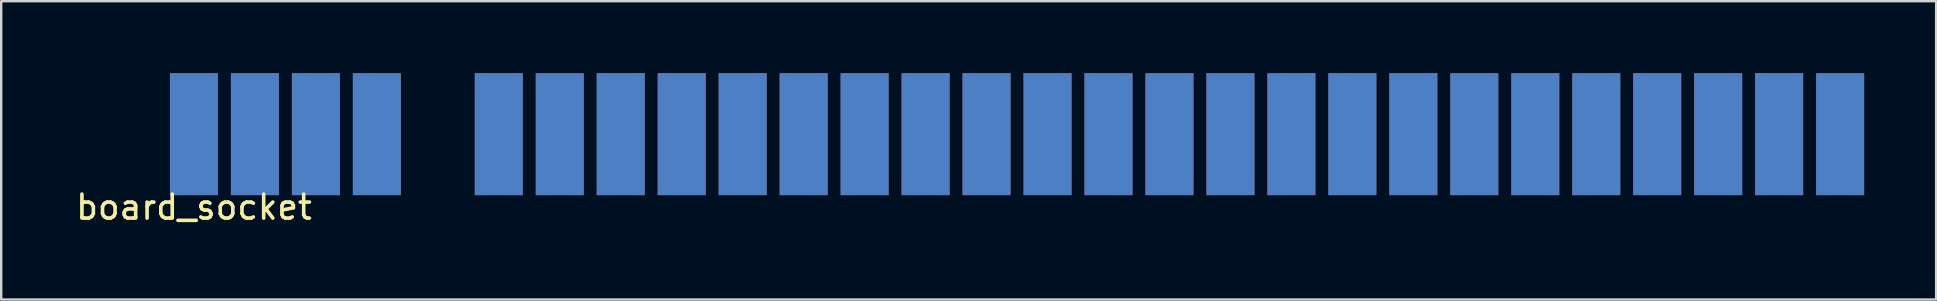
<source format=kicad_pcb>
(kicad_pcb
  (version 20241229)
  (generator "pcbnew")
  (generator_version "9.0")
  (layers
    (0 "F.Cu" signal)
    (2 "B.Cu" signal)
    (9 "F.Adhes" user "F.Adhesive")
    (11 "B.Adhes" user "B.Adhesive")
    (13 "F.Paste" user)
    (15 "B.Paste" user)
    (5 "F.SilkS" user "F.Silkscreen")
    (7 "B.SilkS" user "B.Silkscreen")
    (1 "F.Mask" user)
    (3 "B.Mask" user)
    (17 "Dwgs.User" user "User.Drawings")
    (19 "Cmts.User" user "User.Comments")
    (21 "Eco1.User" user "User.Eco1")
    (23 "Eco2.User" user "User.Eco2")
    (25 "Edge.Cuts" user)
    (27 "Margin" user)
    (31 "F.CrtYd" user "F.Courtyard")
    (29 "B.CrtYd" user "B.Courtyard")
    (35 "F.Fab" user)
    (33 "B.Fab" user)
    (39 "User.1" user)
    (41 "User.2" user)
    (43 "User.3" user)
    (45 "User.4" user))
  (footprint "board_socket"
    (layer "F.Cu")
    (at 5.03 5.08)
    (property "Reference" "board_socket" (at 0 0.5 0) (layer "F.SilkS") (effects (font (size 1 1) (thickness 0.15))))
    (attr through_hole)
    (pad "a1" smd rect (at 0 -2.54) (size 2 5.08) (layers "B.Cu" "B.Mask" "B.Paste"))
    (pad "a2" smd rect (at 2.54 -2.54) (size 2 5.08) (layers "B.Cu" "B.Mask" "B.Paste"))
    (pad "a3" smd rect (at 5.08 -2.54) (size 2 5.08) (layers "B.Cu" "B.Mask" "B.Paste"))
    (pad "a4" smd rect (at 7.62 -2.54) (size 2 5.08) (layers "B.Cu" "B.Mask" "B.Paste"))
    (pad "a6" smd rect (at 12.7 -2.54) (size 2 5.08) (layers "B.Cu" "B.Mask" "B.Paste"))
    (pad "a7" smd rect (at 15.24 -2.54) (size 2 5.08) (layers "B.Cu" "B.Mask" "B.Paste"))
    (pad "a8" smd rect (at 17.78 -2.54) (size 2 5.08) (layers "B.Cu" "B.Mask" "B.Paste"))
    (pad "a9" smd rect (at 20.32 -2.54) (size 2 5.08) (layers "B.Cu" "B.Mask" "B.Paste"))
    (pad "a10" smd rect (at 22.86 -2.54) (size 2 5.08) (layers "B.Cu" "B.Mask" "B.Paste"))
    (pad "a11" smd rect (at 25.4 -2.54) (size 2 5.08) (layers "B.Cu" "B.Mask" "B.Paste"))
    (pad "a12" smd rect (at 27.94 -2.54) (size 2 5.08) (layers "B.Cu" "B.Mask" "B.Paste"))
    (pad "a13" smd rect (at 30.48 -2.54) (size 2 5.08) (layers "B.Cu" "B.Mask" "B.Paste"))
    (pad "a14" smd rect (at 33.02 -2.54) (size 2 5.08) (layers "B.Cu" "B.Mask" "B.Paste"))
    (pad "a15" smd rect (at 35.56 -2.54) (size 2 5.08) (layers "B.Cu" "B.Mask" "B.Paste"))
    (pad "a16" smd rect (at 38.1 -2.54) (size 2 5.08) (layers "B.Cu" "B.Mask" "B.Paste"))
    (pad "a17" smd rect (at 40.64 -2.54) (size 2 5.08) (layers "B.Cu" "B.Mask" "B.Paste"))
    (pad "a18" smd rect (at 43.18 -2.54) (size 2 5.08) (layers "B.Cu" "B.Mask" "B.Paste"))
    (pad "a19" smd rect (at 45.72 -2.54) (size 2 5.08) (layers "B.Cu" "B.Mask" "B.Paste"))
    (pad "a20" smd rect (at 48.26 -2.54) (size 2 5.08) (layers "B.Cu" "B.Mask" "B.Paste"))
    (pad "a21" smd rect (at 50.8 -2.54) (size 2 5.08) (layers "B.Cu" "B.Mask" "B.Paste"))
    (pad "a22" smd rect (at 53.34 -2.54) (size 2 5.08) (layers "B.Cu" "B.Mask" "B.Paste"))
    (pad "a23" smd rect (at 55.88 -2.54) (size 2 5.08) (layers "B.Cu" "B.Mask" "B.Paste"))
    (pad "a24" smd rect (at 58.42 -2.54) (size 2 5.08) (layers "B.Cu" "B.Mask" "B.Paste"))
    (pad "a25" smd rect (at 60.96 -2.54) (size 2 5.08) (layers "B.Cu" "B.Mask" "B.Paste"))
    (pad "a26" smd rect (at 63.5 -2.54) (size 2 5.08) (layers "B.Cu" "B.Mask" "B.Paste"))
    (pad "a27" smd rect (at 66.04 -2.54) (size 2 5.08) (layers "B.Cu" "B.Mask" "B.Paste"))
    (pad "a28" smd rect (at 68.58 -2.54) (size 2 5.08) (layers "B.Cu" "B.Mask" "B.Paste"))
    (pad "b1" smd rect (at 0 -2.54) (size 2 5.08) (layers "F.Cu" "F.Mask" "F.Paste"))
    (pad "b2" smd rect (at 2.54 -2.54) (size 2 5.08) (layers "F.Cu" "F.Mask" "F.Paste"))
    (pad "b3" smd rect (at 5.08 -2.54) (size 2 5.08) (layers "F.Cu" "F.Mask" "F.Paste"))
    (pad "b4" smd rect (at 7.62 -2.54) (size 2 5.08) (layers "F.Cu" "F.Mask" "F.Paste"))
    (pad "b6" smd rect (at 12.7 -2.54) (size 2 5.08) (layers "F.Cu" "F.Mask" "F.Paste"))
    (pad "b7" smd rect (at 15.24 -2.54) (size 2 5.08) (layers "F.Cu" "F.Mask" "F.Paste"))
    (pad "b8" smd rect (at 17.78 -2.54) (size 2 5.08) (layers "F.Cu" "F.Mask" "F.Paste"))
    (pad "b9" smd rect (at 20.32 -2.54) (size 2 5.08) (layers "F.Cu" "F.Mask" "F.Paste"))
    (pad "b10" smd rect (at 22.86 -2.54) (size 2 5.08) (layers "F.Cu" "F.Mask" "F.Paste"))
    (pad "b11" smd rect (at 25.4 -2.54) (size 2 5.08) (layers "F.Cu" "F.Mask" "F.Paste"))
    (pad "b12" smd rect (at 27.94 -2.54) (size 2 5.08) (layers "F.Cu" "F.Mask" "F.Paste"))
    (pad "b13" smd rect (at 30.48 -2.54) (size 2 5.08) (layers "F.Cu" "F.Mask" "F.Paste"))
    (pad "b14" smd rect (at 33.02 -2.54) (size 2 5.08) (layers "F.Cu" "F.Mask" "F.Paste"))
    (pad "b15" smd rect (at 35.56 -2.54) (size 2 5.08) (layers "F.Cu" "F.Mask" "F.Paste"))
    (pad "b16" smd rect (at 38.1 -2.54) (size 2 5.08) (layers "F.Cu" "F.Mask" "F.Paste"))
    (pad "b17" smd rect (at 40.64 -2.54) (size 2 5.08) (layers "F.Cu" "F.Mask" "F.Paste"))
    (pad "b18" smd rect (at 43.18 -2.54) (size 2 5.08) (layers "F.Cu" "F.Mask" "F.Paste"))
    (pad "b19" smd rect (at 45.72 -2.54) (size 2 5.08) (layers "F.Cu" "F.Mask" "F.Paste"))
    (pad "b20" smd rect (at 48.26 -2.54) (size 2 5.08) (layers "F.Cu" "F.Mask" "F.Paste"))
    (pad "b21" smd rect (at 50.8 -2.54) (size 2 5.08) (layers "F.Cu" "F.Mask" "F.Paste"))
    (pad "b22" smd rect (at 53.34 -2.54) (size 2 5.08) (layers "F.Cu" "F.Mask" "F.Paste"))
    (pad "b23" smd rect (at 55.88 -2.54) (size 2 5.08) (layers "F.Cu" "F.Mask" "F.Paste"))
    (pad "b24" smd rect (at 58.42 -2.54) (size 2 5.08) (layers "F.Cu" "F.Mask" "F.Paste"))
    (pad "b25" smd rect (at 60.96 -2.54) (size 2 5.08) (layers "F.Cu" "F.Mask" "F.Paste"))
    (pad "b26" smd rect (at 63.5 -2.54) (size 2 5.08) (layers "F.Cu" "F.Mask" "F.Paste"))
    (pad "b27" smd rect (at 66.04 -2.54) (size 2 5.08) (layers "F.Cu" "F.Mask" "F.Paste"))
    (pad "b28" smd rect (at 68.58 -2.54) (size 2 5.08) (layers "F.Cu" "F.Mask" "F.Paste")))
  (gr_rect
    (start -3 -3)
    (end 77.61 9.428)
    (stroke (width 0.1) (type default))
    (fill no)
    (layer "Edge.Cuts")))
</source>
